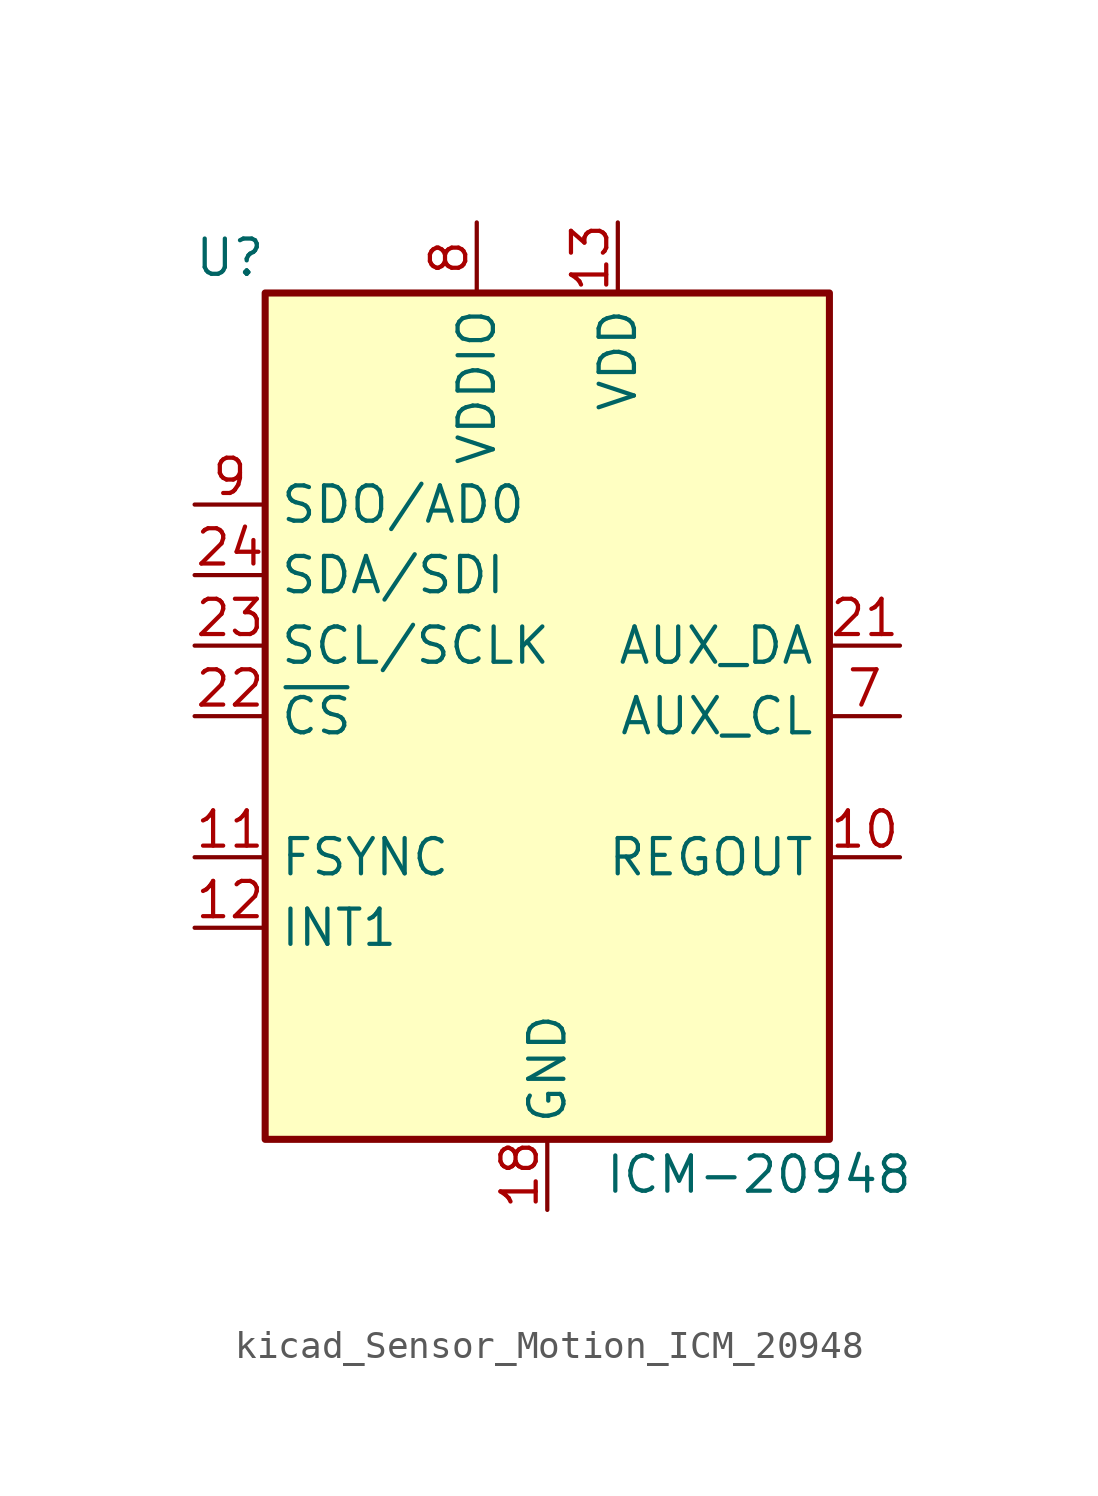
<source format=kicad_sym>
(kicad_symbol_lib
  (version 20220914)
  (generator kicad_symbol_editor)
  (symbol "kicad_Sensor_Motion_ICM_20948"
    (property "Reference" "U"
      (at -11.43 16.51 0)
      (effects (font (size 1.27 1.27))))
    (property "Value" "ICM-20948"
      (at 7.62 -16.51 0)
      (effects (font (size 1.27 1.27))))
    (symbol "kicad_Sensor_Motion_ICM_20948_0_1"
      (rectangle (start -10.16 15.24) (end 10.16 -15.24) (stroke (width 0.254) (type default)) (fill (type background))))
    (symbol "kicad_Sensor_Motion_ICM_20948_1_1"
      (pin no_connect line (at -10.16 12.7 0) (length 2.54) hide (name "NC" (effects (font (size 1.27 1.27)))) (number "1" (effects (font (size 1.27 1.27)))))
      (pin passive line (at 12.7 -5.08 180) (length 2.54) (name "REGOUT" (effects (font (size 1.27 1.27)))) (number "10" (effects (font (size 1.27 1.27)))))
      (pin input line (at -12.7 -5.08 0) (length 2.54) (name "FSYNC" (effects (font (size 1.27 1.27)))) (number "11" (effects (font (size 1.27 1.27)))))
      (pin output line (at -12.7 -7.62 0) (length 2.54) (name "INT1" (effects (font (size 1.27 1.27)))) (number "12" (effects (font (size 1.27 1.27)))))
      (pin power_in line (at 2.54 17.78 270) (length 2.54) (name "VDD" (effects (font (size 1.27 1.27)))) (number "13" (effects (font (size 1.27 1.27)))))
      (pin no_connect line (at 10.16 7.62 180) (length 2.54) hide (name "NC" (effects (font (size 1.27 1.27)))) (number "14" (effects (font (size 1.27 1.27)))))
      (pin no_connect line (at 10.16 5.08 180) (length 2.54) hide (name "NC" (effects (font (size 1.27 1.27)))) (number "15" (effects (font (size 1.27 1.27)))))
      (pin no_connect line (at 10.16 -7.62 180) (length 2.54) hide (name "NC" (effects (font (size 1.27 1.27)))) (number "16" (effects (font (size 1.27 1.27)))))
      (pin no_connect line (at 10.16 -10.16 180) (length 2.54) hide (name "NC" (effects (font (size 1.27 1.27)))) (number "17" (effects (font (size 1.27 1.27)))))
      (pin power_in line (at 0 -17.78 90) (length 2.54) (name "GND" (effects (font (size 1.27 1.27)))) (number "18" (effects (font (size 1.27 1.27)))))
      (pin no_connect line (at 10.16 -12.7 180) (length 2.54) hide (name "RESV" (effects (font (size 1.27 1.27)))) (number "19" (effects (font (size 1.27 1.27)))))
      (pin no_connect line (at -10.16 10.16 0) (length 2.54) hide (name "NC" (effects (font (size 1.27 1.27)))) (number "2" (effects (font (size 1.27 1.27)))))
      (pin passive line (at 0 -17.78 90) (length 2.54) hide (name "GND" (effects (font (size 1.27 1.27)))) (number "20" (effects (font (size 1.27 1.27)))))
      (pin bidirectional line (at 12.7 2.54 180) (length 2.54) (name "AUX_DA" (effects (font (size 1.27 1.27)))) (number "21" (effects (font (size 1.27 1.27)))))
      (pin input line (at -12.7 0 0) (length 2.54) (name "~{CS}" (effects (font (size 1.27 1.27)))) (number "22" (effects (font (size 1.27 1.27)))))
      (pin input line (at -12.7 2.54 0) (length 2.54) (name "SCL/SCLK" (effects (font (size 1.27 1.27)))) (number "23" (effects (font (size 1.27 1.27)))))
      (pin bidirectional line (at -12.7 5.08 0) (length 2.54) (name "SDA/SDI" (effects (font (size 1.27 1.27)))) (number "24" (effects (font (size 1.27 1.27)))))
      (pin no_connect line (at -10.16 -2.54 0) (length 2.54) hide (name "NC" (effects (font (size 1.27 1.27)))) (number "3" (effects (font (size 1.27 1.27)))))
      (pin no_connect line (at -10.16 -10.16 0) (length 2.54) hide (name "NC" (effects (font (size 1.27 1.27)))) (number "4" (effects (font (size 1.27 1.27)))))
      (pin no_connect line (at -10.16 -12.7 0) (length 2.54) hide (name "NC" (effects (font (size 1.27 1.27)))) (number "5" (effects (font (size 1.27 1.27)))))
      (pin no_connect line (at 10.16 10.16 180) (length 2.54) hide (name "NC" (effects (font (size 1.27 1.27)))) (number "6" (effects (font (size 1.27 1.27)))))
      (pin output line (at 12.7 0 180) (length 2.54) (name "AUX_CL" (effects (font (size 1.27 1.27)))) (number "7" (effects (font (size 1.27 1.27)))))
      (pin power_in line (at -2.54 17.78 270) (length 2.54) (name "VDDIO" (effects (font (size 1.27 1.27)))) (number "8" (effects (font (size 1.27 1.27)))))
      (pin bidirectional line (at -12.7 7.62 0) (length 2.54) (name "SDO/AD0" (effects (font (size 1.27 1.27)))) (number "9" (effects (font (size 1.27 1.27))))))))
</source>
